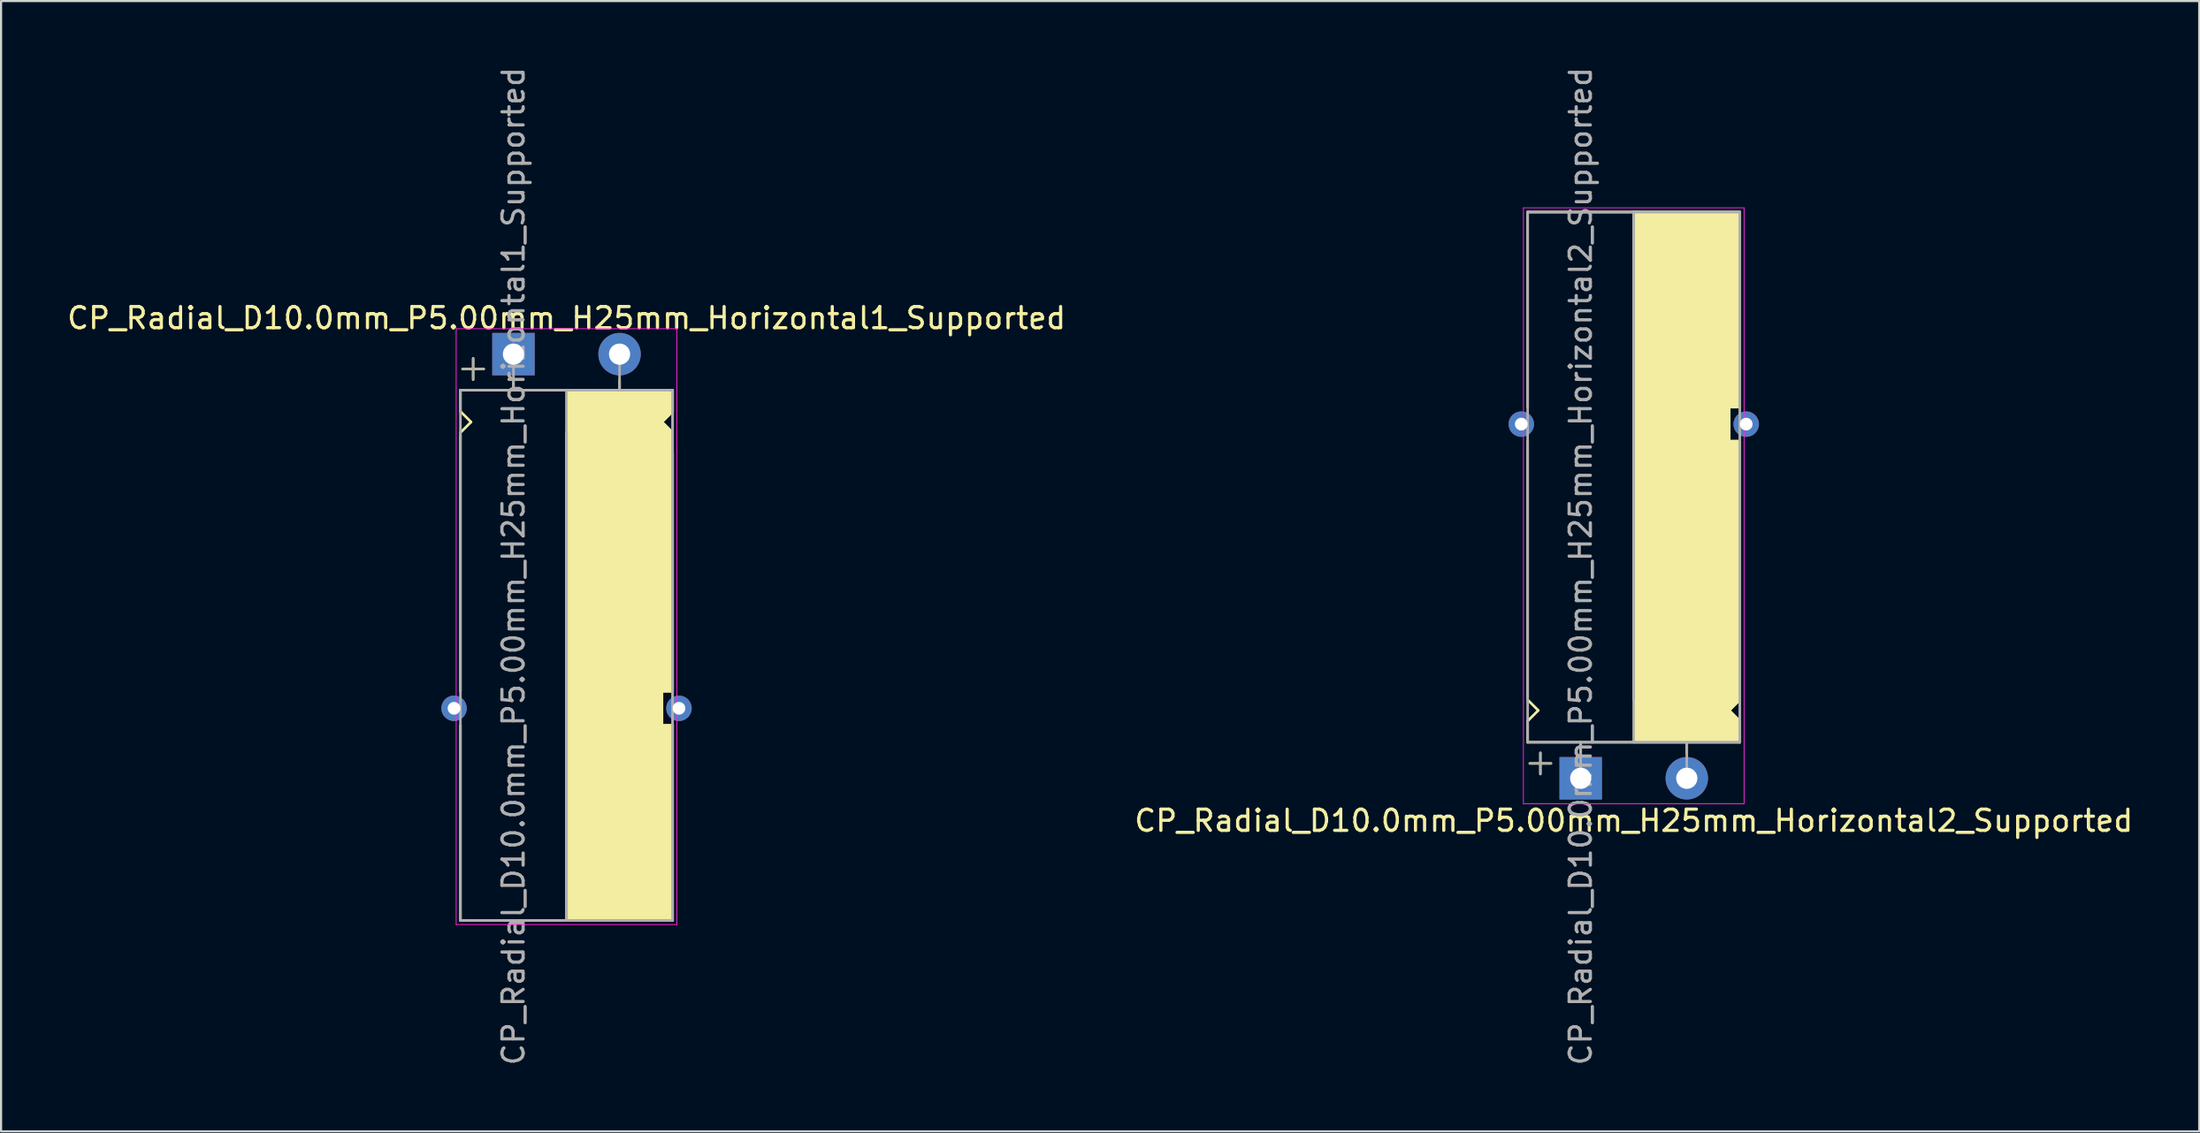
<source format=kicad_pcb>
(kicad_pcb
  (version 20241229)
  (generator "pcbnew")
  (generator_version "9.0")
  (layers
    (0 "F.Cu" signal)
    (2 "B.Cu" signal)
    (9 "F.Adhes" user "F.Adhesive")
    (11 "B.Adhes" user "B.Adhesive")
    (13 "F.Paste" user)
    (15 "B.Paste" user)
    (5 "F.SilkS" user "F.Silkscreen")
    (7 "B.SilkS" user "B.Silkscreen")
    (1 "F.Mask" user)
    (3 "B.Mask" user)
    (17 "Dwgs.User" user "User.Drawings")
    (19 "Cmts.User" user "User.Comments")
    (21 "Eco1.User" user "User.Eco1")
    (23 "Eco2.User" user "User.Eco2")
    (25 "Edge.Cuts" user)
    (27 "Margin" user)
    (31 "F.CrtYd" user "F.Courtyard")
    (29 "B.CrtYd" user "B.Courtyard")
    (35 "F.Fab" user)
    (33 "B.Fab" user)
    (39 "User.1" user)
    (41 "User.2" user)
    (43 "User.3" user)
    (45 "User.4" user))
  (footprint "CP_Radial_D10.0mm_P5.00mm_H25mm_Horizontal2_Supported"
    (layer "F.Cu")
    (at 71.446 33.649)
    (property "Reference" "CP_Radial_D10.0mm_P5.00mm_H25mm_Horizontal2_Supported" (at 2.5 2 0) (layer "F.SilkS") (effects (font (size 1 1) (thickness 0.15))))
    (attr through_hole)
    (fp_line (start -2.5 -26.7) (end 7.5 -26.7) (stroke (width 0.12) (type solid)) (layer "F.SilkS"))
    (fp_line (start -2.5 -17.5) (end -2.5 -26.7) (stroke (width 0.12) (type solid)) (layer "F.SilkS"))
    (fp_line (start -2.5 -3.8) (end -2.5 -15.9) (stroke (width 0.12) (type solid)) (layer "F.SilkS"))
    (fp_line (start -2.5 -2.7) (end -2 -3.2) (stroke (width 0.12) (type solid)) (layer "F.SilkS"))
    (fp_line (start -2.5 -1.7) (end -2.5 -2.7) (stroke (width 0.12) (type solid)) (layer "F.SilkS"))
    (fp_line (start -2 -3.2) (end -2.5 -3.7) (stroke (width 0.12) (type solid)) (layer "F.SilkS"))
    (fp_line (start -1.9 -1.2) (end -1.9 -0.2) (stroke (width 0.12) (type solid)) (layer "F.SilkS"))
    (fp_line (start -1.4 -0.7) (end -2.4 -0.7) (stroke (width 0.12) (type solid)) (layer "F.SilkS"))
    (fp_line (start 0 -1.7) (end 0 -1.2) (stroke (width 0.12) (type solid)) (layer "F.SilkS"))
    (fp_line (start 2.5 -26.7) (end 2.5 -3.7) (stroke (width 0.12) (type solid)) (layer "F.SilkS"))
    (fp_line (start 2.5 -1.7) (end -2.5 -1.7) (stroke (width 0.12) (type solid)) (layer "F.SilkS"))
    (fp_line (start 5 -1.7) (end 5 -1.2) (stroke (width 0.12) (type solid)) (layer "F.SilkS"))
    (fp_line (start 7 -17.5) (end 7 -16.9) (stroke (width 0.12) (type solid)) (layer "F.SilkS"))
    (fp_line (start 7 -16.9) (end 7 -15.9) (stroke (width 0.12) (type solid)) (layer "F.SilkS"))
    (fp_line (start 7 -15.9) (end 7.5 -15.9) (stroke (width 0.12) (type solid)) (layer "F.SilkS"))
    (fp_line (start 7 -3.2) (end 7.5 -3.7) (stroke (width 0.12) (type solid)) (layer "F.SilkS"))
    (fp_line (start 7.5 -17.5) (end 7 -17.5) (stroke (width 0.12) (type solid)) (layer "F.SilkS"))
    (fp_line (start 7.5 -17.5) (end 7.5 -26.7) (stroke (width 0.12) (type solid)) (layer "F.SilkS"))
    (fp_line (start 7.5 -4.7) (end 7.5 -15.9) (stroke (width 0.12) (type solid)) (layer "F.SilkS"))
    (fp_line (start 7.5 -2.7) (end 7 -3.2) (stroke (width 0.12) (type solid)) (layer "F.SilkS"))
    (fp_line (start 7.5 -1.7) (end 2.5 -1.7) (stroke (width 0.12) (type solid)) (layer "F.SilkS"))
    (fp_line (start 7.5 -1.7) (end 7.5 -2.7) (stroke (width 0.12) (type solid)) (layer "F.SilkS"))
    (fp_poly (pts (xy 7.5 -2.7) (xy 7 -3.2) (xy 7.5 -3.7) (xy 7.5 -15.9) (xy 7 -15.9) (xy 7 -17.5) (xy 7.5 -17.5) (xy 7.5 -26.7) (xy 2.5 -26.7) (xy 2.5 -1.7) (xy 7.5 -1.7)) (stroke (width 0.1) (type solid)) (fill yes) (layer "F.SilkS"))
    (fp_line (start -2.7 -26.9) (end -2.7 1.2) (stroke (width 0.04) (type solid)) (layer "F.CrtYd"))
    (fp_line (start -2.7 1.2) (end 5.3 1.2) (stroke (width 0.04) (type solid)) (layer "F.CrtYd"))
    (fp_line (start 5.3 1.2) (end 7.7 1.2) (stroke (width 0.04) (type solid)) (layer "F.CrtYd"))
    (fp_line (start 7.7 -26.9) (end -2.7 -26.9) (stroke (width 0.04) (type solid)) (layer "F.CrtYd"))
    (fp_line (start 7.7 1.2) (end 7.7 -26.9) (stroke (width 0.04) (type solid)) (layer "F.CrtYd"))
    (fp_line (start -2.5 -26.7) (end 7.5 -26.7) (stroke (width 0.12) (type solid)) (layer "F.Fab"))
    (fp_line (start -2.5 -1.7) (end -2.5 -26.7) (stroke (width 0.12) (type solid)) (layer "F.Fab"))
    (fp_line (start -2.4 -0.7) (end -1.4 -0.7) (stroke (width 0.1) (type solid)) (layer "F.Fab"))
    (fp_line (start -1.9 -0.2) (end -1.9 -1.2) (stroke (width 0.1) (type solid)) (layer "F.Fab"))
    (fp_line (start 0 -1.7) (end 0 0) (stroke (width 0.12) (type solid)) (layer "F.Fab"))
    (fp_line (start 2.5 -3.7) (end 2.5 -26.7) (stroke (width 0.12) (type solid)) (layer "F.Fab"))
    (fp_line (start 5 -1.7) (end 5 0) (stroke (width 0.12) (type solid)) (layer "F.Fab"))
    (fp_line (start 7.5 -26.7) (end 7.5 -1.7) (stroke (width 0.12) (type solid)) (layer "F.Fab"))
    (fp_line (start 7.5 -1.7) (end -2.5 -1.7) (stroke (width 0.12) (type solid)) (layer "F.Fab"))
    (fp_poly (pts (xy 7.5 -26.7) (xy 2.5 -26.7) (xy 2.5 -1.7) (xy 7.5 -1.7)) (stroke (width 0.1) (type solid)) (fill no) (layer "F.Fab"))
    (fp_text user "${REFERENCE}" (at 0 -10 90) (layer "F.Fab") (effects (font (size 1 1) (thickness 0.15))))
    (pad "" thru_hole circle (at -2.8 -16.7 180) (size 1.2 1.2) (drill 0.6) (layers "*.Cu" "*.Mask"))
    (pad "" thru_hole circle (at 7.8 -16.7 180) (size 1.2 1.2) (drill 0.6) (layers "*.Cu" "*.Mask"))
    (pad "1" thru_hole rect (at 0 0) (size 2 2) (drill 1) (layers "*.Cu" "*.Mask"))
    (pad "2" thru_hole circle (at 5 0) (size 2 2) (drill 1) (layers "*.Cu" "*.Mask")))
  (footprint "CP_Radial_D10.0mm_P5.00mm_H25mm_Horizontal1_Supported"
    (layer "F.Cu")
    (at 21.149 13.649)
    (property "Reference" "CP_Radial_D10.0mm_P5.00mm_H25mm_Horizontal1_Supported" (at 2.5 -1.7 0) (layer "F.SilkS") (effects (font (size 1 1) (thickness 0.15))))
    (attr through_hole)
    (fp_line (start -2.5 1.7) (end -2.5 2.7) (stroke (width 0.12) (type solid)) (layer "F.SilkS"))
    (fp_line (start -2.5 2.7) (end -2 3.2) (stroke (width 0.12) (type solid)) (layer "F.SilkS"))
    (fp_line (start -2.5 3.8) (end -2.5 15.9) (stroke (width 0.12) (type solid)) (layer "F.SilkS"))
    (fp_line (start -2.5 17.5) (end -2.5 26.7) (stroke (width 0.12) (type solid)) (layer "F.SilkS"))
    (fp_line (start -2.5 26.7) (end 7.5 26.7) (stroke (width 0.12) (type solid)) (layer "F.SilkS"))
    (fp_line (start -2 3.2) (end -2.5 3.7) (stroke (width 0.12) (type solid)) (layer "F.SilkS"))
    (fp_line (start -1.9 0.2) (end -1.9 1.2) (stroke (width 0.12) (type solid)) (layer "F.SilkS"))
    (fp_line (start -1.4 0.7) (end -2.4 0.7) (stroke (width 0.12) (type solid)) (layer "F.SilkS"))
    (fp_line (start 0 1.7) (end 0 1.2) (stroke (width 0.12) (type solid)) (layer "F.SilkS"))
    (fp_line (start 2.5 1.7) (end -2.5 1.7) (stroke (width 0.12) (type solid)) (layer "F.SilkS"))
    (fp_line (start 2.5 26.7) (end 2.5 3.7) (stroke (width 0.12) (type solid)) (layer "F.SilkS"))
    (fp_line (start 5 1.7) (end 5 1.2) (stroke (width 0.12) (type solid)) (layer "F.SilkS"))
    (fp_line (start 7 3.2) (end 7.5 3.7) (stroke (width 0.12) (type solid)) (layer "F.SilkS"))
    (fp_line (start 7 15.9) (end 7.5 15.9) (stroke (width 0.12) (type solid)) (layer "F.SilkS"))
    (fp_line (start 7 16.9) (end 7 15.9) (stroke (width 0.12) (type solid)) (layer "F.SilkS"))
    (fp_line (start 7 17.5) (end 7 16.9) (stroke (width 0.12) (type solid)) (layer "F.SilkS"))
    (fp_line (start 7.5 1.7) (end 2.5 1.7) (stroke (width 0.12) (type solid)) (layer "F.SilkS"))
    (fp_line (start 7.5 1.7) (end 7.5 2.7) (stroke (width 0.12) (type solid)) (layer "F.SilkS"))
    (fp_line (start 7.5 2.7) (end 7 3.2) (stroke (width 0.12) (type solid)) (layer "F.SilkS"))
    (fp_line (start 7.5 4.7) (end 7.5 15.9) (stroke (width 0.12) (type solid)) (layer "F.SilkS"))
    (fp_line (start 7.5 17.5) (end 7 17.5) (stroke (width 0.12) (type solid)) (layer "F.SilkS"))
    (fp_line (start 7.5 17.5) (end 7.5 26.7) (stroke (width 0.12) (type solid)) (layer "F.SilkS"))
    (fp_poly (pts (xy 7.5 2.7) (xy 7 3.2) (xy 7.5 3.7) (xy 7.5 15.9) (xy 7 15.9) (xy 7 17.5) (xy 7.5 17.5) (xy 7.5 26.7) (xy 2.5 26.7) (xy 2.5 1.7) (xy 7.5 1.7)) (stroke (width 0.1) (type solid)) (fill yes) (layer "F.SilkS"))
    (fp_line (start -2.7 -1.2) (end 5.3 -1.2) (stroke (width 0.04) (type solid)) (layer "F.CrtYd"))
    (fp_line (start -2.7 26.9) (end -2.7 -1.2) (stroke (width 0.04) (type solid)) (layer "F.CrtYd"))
    (fp_line (start 5.3 -1.2) (end 7.7 -1.2) (stroke (width 0.04) (type solid)) (layer "F.CrtYd"))
    (fp_line (start 7.7 -1.2) (end 7.7 26.9) (stroke (width 0.04) (type solid)) (layer "F.CrtYd"))
    (fp_line (start 7.7 26.9) (end -2.7 26.9) (stroke (width 0.04) (type solid)) (layer "F.CrtYd"))
    (fp_line (start -2.5 1.7) (end -2.5 26.7) (stroke (width 0.12) (type solid)) (layer "F.Fab"))
    (fp_line (start -2.5 26.7) (end 7.5 26.7) (stroke (width 0.12) (type solid)) (layer "F.Fab"))
    (fp_line (start -2.4 0.7) (end -1.4 0.7) (stroke (width 0.1) (type solid)) (layer "F.Fab"))
    (fp_line (start -1.9 1.2) (end -1.9 0.2) (stroke (width 0.1) (type solid)) (layer "F.Fab"))
    (fp_line (start 0 1.7) (end 0 0) (stroke (width 0.12) (type solid)) (layer "F.Fab"))
    (fp_line (start 2.5 3.7) (end 2.5 26.7) (stroke (width 0.12) (type solid)) (layer "F.Fab"))
    (fp_line (start 5 1.7) (end 5 0) (stroke (width 0.12) (type solid)) (layer "F.Fab"))
    (fp_line (start 7.5 1.7) (end -2.5 1.7) (stroke (width 0.12) (type solid)) (layer "F.Fab"))
    (fp_line (start 7.5 26.7) (end 7.5 1.7) (stroke (width 0.12) (type solid)) (layer "F.Fab"))
    (fp_poly (pts (xy 7.5 26.7) (xy 2.5 26.7) (xy 2.5 1.7) (xy 7.5 1.7)) (stroke (width 0.1) (type solid)) (fill no) (layer "F.Fab"))
    (fp_text user "${REFERENCE}" (at 0 10 90) (layer "F.Fab") (effects (font (size 1 1) (thickness 0.15))))
    (pad "" thru_hole circle (at -2.8 16.7) (size 1.2 1.2) (drill 0.6) (layers "*.Cu" "*.Mask"))
    (pad "" thru_hole circle (at 7.8 16.7) (size 1.2 1.2) (drill 0.6) (layers "*.Cu" "*.Mask"))
    (pad "1" thru_hole rect (at 0 0) (size 2 2) (drill 1) (layers "*.Cu" "*.Mask"))
    (pad "2" thru_hole circle (at 5 0) (size 2 2) (drill 1) (layers "*.Cu" "*.Mask")))
  (gr_rect
    (start -3 -3)
    (end 100.595 50.298)
    (stroke (width 0.1) (type default))
    (fill no)
    (layer "Edge.Cuts")))
</source>
